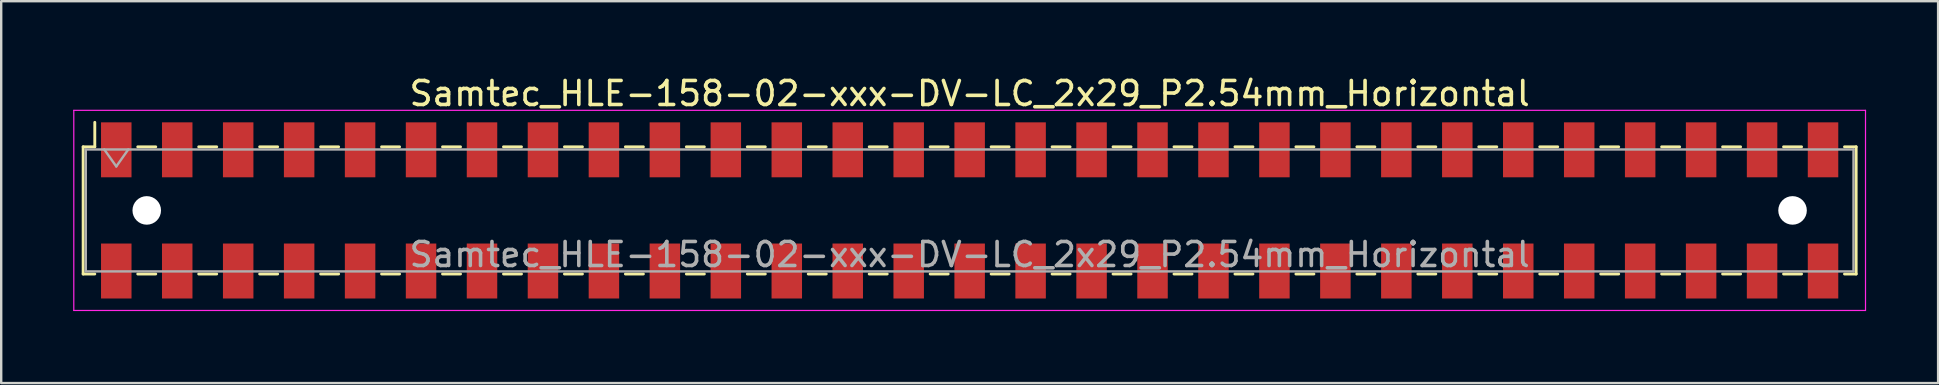
<source format=kicad_pcb>
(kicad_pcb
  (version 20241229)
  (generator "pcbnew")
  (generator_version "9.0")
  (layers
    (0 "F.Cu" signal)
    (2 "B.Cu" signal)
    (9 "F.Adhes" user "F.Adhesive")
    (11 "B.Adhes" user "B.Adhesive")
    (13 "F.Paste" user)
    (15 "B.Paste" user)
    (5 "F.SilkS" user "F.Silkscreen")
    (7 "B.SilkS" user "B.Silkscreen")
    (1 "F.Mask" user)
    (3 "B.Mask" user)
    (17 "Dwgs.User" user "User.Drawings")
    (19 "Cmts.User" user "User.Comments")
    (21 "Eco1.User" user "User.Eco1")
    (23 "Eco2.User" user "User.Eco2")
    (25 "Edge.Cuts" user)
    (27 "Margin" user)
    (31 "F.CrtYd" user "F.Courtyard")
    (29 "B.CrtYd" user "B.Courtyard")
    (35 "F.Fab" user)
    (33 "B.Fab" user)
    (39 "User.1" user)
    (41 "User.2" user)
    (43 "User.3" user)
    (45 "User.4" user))
  (footprint "Samtec_HLE-158-02-xxx-DV-LC_2x29_P2.54mm_Horizontal"
    (layer "F.Cu")
    (at 37.355 5.718)
    (property "Reference" "Samtec_HLE-158-02-xxx-DV-LC_2x29_P2.54mm_Horizontal" (at 0 -4.87 0) (layer "F.SilkS") (effects (font (size 1 1) (thickness 0.15))))
    (attr smd)
    (fp_line (start -36.94 -2.65) (end -36.94 2.65) (stroke (width 0.12) (type solid)) (layer "F.SilkS"))
    (fp_line (start -36.94 2.65) (end -36.455 2.65) (stroke (width 0.12) (type solid)) (layer "F.SilkS"))
    (fp_line (start -36.455 -3.67) (end -36.455 -2.65) (stroke (width 0.12) (type solid)) (layer "F.SilkS"))
    (fp_line (start -36.455 -2.65) (end -36.94 -2.65) (stroke (width 0.12) (type solid)) (layer "F.SilkS"))
    (fp_line (start -34.665 -2.65) (end -33.915 -2.65) (stroke (width 0.12) (type solid)) (layer "F.SilkS"))
    (fp_line (start -34.665 2.65) (end -33.915 2.65) (stroke (width 0.12) (type solid)) (layer "F.SilkS"))
    (fp_line (start -32.125 -2.65) (end -31.375 -2.65) (stroke (width 0.12) (type solid)) (layer "F.SilkS"))
    (fp_line (start -32.125 2.65) (end -31.375 2.65) (stroke (width 0.12) (type solid)) (layer "F.SilkS"))
    (fp_line (start -29.585 -2.65) (end -28.835 -2.65) (stroke (width 0.12) (type solid)) (layer "F.SilkS"))
    (fp_line (start -29.585 2.65) (end -28.835 2.65) (stroke (width 0.12) (type solid)) (layer "F.SilkS"))
    (fp_line (start -27.045 -2.65) (end -26.295 -2.65) (stroke (width 0.12) (type solid)) (layer "F.SilkS"))
    (fp_line (start -27.045 2.65) (end -26.295 2.65) (stroke (width 0.12) (type solid)) (layer "F.SilkS"))
    (fp_line (start -24.505 -2.65) (end -23.755 -2.65) (stroke (width 0.12) (type solid)) (layer "F.SilkS"))
    (fp_line (start -24.505 2.65) (end -23.755 2.65) (stroke (width 0.12) (type solid)) (layer "F.SilkS"))
    (fp_line (start -21.965 -2.65) (end -21.215 -2.65) (stroke (width 0.12) (type solid)) (layer "F.SilkS"))
    (fp_line (start -21.965 2.65) (end -21.215 2.65) (stroke (width 0.12) (type solid)) (layer "F.SilkS"))
    (fp_line (start -19.425 -2.65) (end -18.675 -2.65) (stroke (width 0.12) (type solid)) (layer "F.SilkS"))
    (fp_line (start -19.425 2.65) (end -18.675 2.65) (stroke (width 0.12) (type solid)) (layer "F.SilkS"))
    (fp_line (start -16.885 -2.65) (end -16.135 -2.65) (stroke (width 0.12) (type solid)) (layer "F.SilkS"))
    (fp_line (start -16.885 2.65) (end -16.135 2.65) (stroke (width 0.12) (type solid)) (layer "F.SilkS"))
    (fp_line (start -14.345 -2.65) (end -13.595 -2.65) (stroke (width 0.12) (type solid)) (layer "F.SilkS"))
    (fp_line (start -14.345 2.65) (end -13.595 2.65) (stroke (width 0.12) (type solid)) (layer "F.SilkS"))
    (fp_line (start -11.805 -2.65) (end -11.055 -2.65) (stroke (width 0.12) (type solid)) (layer "F.SilkS"))
    (fp_line (start -11.805 2.65) (end -11.055 2.65) (stroke (width 0.12) (type solid)) (layer "F.SilkS"))
    (fp_line (start -9.265 -2.65) (end -8.515 -2.65) (stroke (width 0.12) (type solid)) (layer "F.SilkS"))
    (fp_line (start -9.265 2.65) (end -8.515 2.65) (stroke (width 0.12) (type solid)) (layer "F.SilkS"))
    (fp_line (start -6.725 -2.65) (end -5.975 -2.65) (stroke (width 0.12) (type solid)) (layer "F.SilkS"))
    (fp_line (start -6.725 2.65) (end -5.975 2.65) (stroke (width 0.12) (type solid)) (layer "F.SilkS"))
    (fp_line (start -4.185 -2.65) (end -3.435 -2.65) (stroke (width 0.12) (type solid)) (layer "F.SilkS"))
    (fp_line (start -4.185 2.65) (end -3.435 2.65) (stroke (width 0.12) (type solid)) (layer "F.SilkS"))
    (fp_line (start -1.645 -2.65) (end -0.895 -2.65) (stroke (width 0.12) (type solid)) (layer "F.SilkS"))
    (fp_line (start -1.645 2.65) (end -0.895 2.65) (stroke (width 0.12) (type solid)) (layer "F.SilkS"))
    (fp_line (start 0.895 -2.65) (end 1.645 -2.65) (stroke (width 0.12) (type solid)) (layer "F.SilkS"))
    (fp_line (start 0.895 2.65) (end 1.645 2.65) (stroke (width 0.12) (type solid)) (layer "F.SilkS"))
    (fp_line (start 3.435 -2.65) (end 4.185 -2.65) (stroke (width 0.12) (type solid)) (layer "F.SilkS"))
    (fp_line (start 3.435 2.65) (end 4.185 2.65) (stroke (width 0.12) (type solid)) (layer "F.SilkS"))
    (fp_line (start 5.975 -2.65) (end 6.725 -2.65) (stroke (width 0.12) (type solid)) (layer "F.SilkS"))
    (fp_line (start 5.975 2.65) (end 6.725 2.65) (stroke (width 0.12) (type solid)) (layer "F.SilkS"))
    (fp_line (start 8.515 -2.65) (end 9.265 -2.65) (stroke (width 0.12) (type solid)) (layer "F.SilkS"))
    (fp_line (start 8.515 2.65) (end 9.265 2.65) (stroke (width 0.12) (type solid)) (layer "F.SilkS"))
    (fp_line (start 11.055 -2.65) (end 11.805 -2.65) (stroke (width 0.12) (type solid)) (layer "F.SilkS"))
    (fp_line (start 11.055 2.65) (end 11.805 2.65) (stroke (width 0.12) (type solid)) (layer "F.SilkS"))
    (fp_line (start 13.595 -2.65) (end 14.345 -2.65) (stroke (width 0.12) (type solid)) (layer "F.SilkS"))
    (fp_line (start 13.595 2.65) (end 14.345 2.65) (stroke (width 0.12) (type solid)) (layer "F.SilkS"))
    (fp_line (start 16.135 -2.65) (end 16.885 -2.65) (stroke (width 0.12) (type solid)) (layer "F.SilkS"))
    (fp_line (start 16.135 2.65) (end 16.885 2.65) (stroke (width 0.12) (type solid)) (layer "F.SilkS"))
    (fp_line (start 18.675 -2.65) (end 19.425 -2.65) (stroke (width 0.12) (type solid)) (layer "F.SilkS"))
    (fp_line (start 18.675 2.65) (end 19.425 2.65) (stroke (width 0.12) (type solid)) (layer "F.SilkS"))
    (fp_line (start 21.215 -2.65) (end 21.965 -2.65) (stroke (width 0.12) (type solid)) (layer "F.SilkS"))
    (fp_line (start 21.215 2.65) (end 21.965 2.65) (stroke (width 0.12) (type solid)) (layer "F.SilkS"))
    (fp_line (start 23.755 -2.65) (end 24.505 -2.65) (stroke (width 0.12) (type solid)) (layer "F.SilkS"))
    (fp_line (start 23.755 2.65) (end 24.505 2.65) (stroke (width 0.12) (type solid)) (layer "F.SilkS"))
    (fp_line (start 26.295 -2.65) (end 27.045 -2.65) (stroke (width 0.12) (type solid)) (layer "F.SilkS"))
    (fp_line (start 26.295 2.65) (end 27.045 2.65) (stroke (width 0.12) (type solid)) (layer "F.SilkS"))
    (fp_line (start 28.835 -2.65) (end 29.585 -2.65) (stroke (width 0.12) (type solid)) (layer "F.SilkS"))
    (fp_line (start 28.835 2.65) (end 29.585 2.65) (stroke (width 0.12) (type solid)) (layer "F.SilkS"))
    (fp_line (start 31.375 -2.65) (end 32.125 -2.65) (stroke (width 0.12) (type solid)) (layer "F.SilkS"))
    (fp_line (start 31.375 2.65) (end 32.125 2.65) (stroke (width 0.12) (type solid)) (layer "F.SilkS"))
    (fp_line (start 33.915 -2.65) (end 34.665 -2.65) (stroke (width 0.12) (type solid)) (layer "F.SilkS"))
    (fp_line (start 33.915 2.65) (end 34.665 2.65) (stroke (width 0.12) (type solid)) (layer "F.SilkS"))
    (fp_line (start 36.455 -2.65) (end 36.94 -2.65) (stroke (width 0.12) (type solid)) (layer "F.SilkS"))
    (fp_line (start 36.94 -2.65) (end 36.94 2.65) (stroke (width 0.12) (type solid)) (layer "F.SilkS"))
    (fp_line (start 36.94 2.65) (end 36.455 2.65) (stroke (width 0.12) (type solid)) (layer "F.SilkS"))
    (fp_line (start -37.33 -4.17) (end 37.33 -4.17) (stroke (width 0.05) (type solid)) (layer "F.CrtYd"))
    (fp_line (start -37.33 4.17) (end -37.33 -4.17) (stroke (width 0.05) (type solid)) (layer "F.CrtYd"))
    (fp_line (start 37.33 -4.17) (end 37.33 4.17) (stroke (width 0.05) (type solid)) (layer "F.CrtYd"))
    (fp_line (start 37.33 4.17) (end -37.33 4.17) (stroke (width 0.05) (type solid)) (layer "F.CrtYd"))
    (fp_line (start -36.83 -2.54) (end 36.83 -2.54) (stroke (width 0.1) (type solid)) (layer "F.Fab"))
    (fp_line (start -36.83 2.54) (end -36.83 -2.54) (stroke (width 0.1) (type solid)) (layer "F.Fab"))
    (fp_line (start -36.06 -2.54) (end -35.56 -1.833) (stroke (width 0.1) (type solid)) (layer "F.Fab"))
    (fp_line (start -35.56 -1.833) (end -35.06 -2.54) (stroke (width 0.1) (type solid)) (layer "F.Fab"))
    (fp_line (start 36.83 -2.54) (end 36.83 2.54) (stroke (width 0.1) (type solid)) (layer "F.Fab"))
    (fp_line (start 36.83 2.54) (end -36.83 2.54) (stroke (width 0.1) (type solid)) (layer "F.Fab"))
    (fp_text user "${REFERENCE}" (at 0 1.84 0) (layer "F.Fab") (effects (font (size 1 1) (thickness 0.15))))
    (pad "" np_thru_hole circle (at -34.29 0) (size 1.19 1.19) (drill 1.19) (layers "*.Cu" "*.Mask"))
    (pad "" np_thru_hole circle (at 34.29 0) (size 1.19 1.19) (drill 1.19) (layers "*.Cu" "*.Mask"))
    (pad "1" smd rect (at -35.56 -2.525) (size 1.27 2.29) (layers "F.Cu" "F.Mask" "F.Paste"))
    (pad "2" smd rect (at -35.56 2.525) (size 1.27 2.29) (layers "F.Cu" "F.Mask" "F.Paste"))
    (pad "3" smd rect (at -33.02 -2.525) (size 1.27 2.29) (layers "F.Cu" "F.Mask" "F.Paste"))
    (pad "4" smd rect (at -33.02 2.525) (size 1.27 2.29) (layers "F.Cu" "F.Mask" "F.Paste"))
    (pad "5" smd rect (at -30.48 -2.525) (size 1.27 2.29) (layers "F.Cu" "F.Mask" "F.Paste"))
    (pad "6" smd rect (at -30.48 2.525) (size 1.27 2.29) (layers "F.Cu" "F.Mask" "F.Paste"))
    (pad "7" smd rect (at -27.94 -2.525) (size 1.27 2.29) (layers "F.Cu" "F.Mask" "F.Paste"))
    (pad "8" smd rect (at -27.94 2.525) (size 1.27 2.29) (layers "F.Cu" "F.Mask" "F.Paste"))
    (pad "9" smd rect (at -25.4 -2.525) (size 1.27 2.29) (layers "F.Cu" "F.Mask" "F.Paste"))
    (pad "10" smd rect (at -25.4 2.525) (size 1.27 2.29) (layers "F.Cu" "F.Mask" "F.Paste"))
    (pad "11" smd rect (at -22.86 -2.525) (size 1.27 2.29) (layers "F.Cu" "F.Mask" "F.Paste"))
    (pad "12" smd rect (at -22.86 2.525) (size 1.27 2.29) (layers "F.Cu" "F.Mask" "F.Paste"))
    (pad "13" smd rect (at -20.32 -2.525) (size 1.27 2.29) (layers "F.Cu" "F.Mask" "F.Paste"))
    (pad "14" smd rect (at -20.32 2.525) (size 1.27 2.29) (layers "F.Cu" "F.Mask" "F.Paste"))
    (pad "15" smd rect (at -17.78 -2.525) (size 1.27 2.29) (layers "F.Cu" "F.Mask" "F.Paste"))
    (pad "16" smd rect (at -17.78 2.525) (size 1.27 2.29) (layers "F.Cu" "F.Mask" "F.Paste"))
    (pad "17" smd rect (at -15.24 -2.525) (size 1.27 2.29) (layers "F.Cu" "F.Mask" "F.Paste"))
    (pad "18" smd rect (at -15.24 2.525) (size 1.27 2.29) (layers "F.Cu" "F.Mask" "F.Paste"))
    (pad "19" smd rect (at -12.7 -2.525) (size 1.27 2.29) (layers "F.Cu" "F.Mask" "F.Paste"))
    (pad "20" smd rect (at -12.7 2.525) (size 1.27 2.29) (layers "F.Cu" "F.Mask" "F.Paste"))
    (pad "21" smd rect (at -10.16 -2.525) (size 1.27 2.29) (layers "F.Cu" "F.Mask" "F.Paste"))
    (pad "22" smd rect (at -10.16 2.525) (size 1.27 2.29) (layers "F.Cu" "F.Mask" "F.Paste"))
    (pad "23" smd rect (at -7.62 -2.525) (size 1.27 2.29) (layers "F.Cu" "F.Mask" "F.Paste"))
    (pad "24" smd rect (at -7.62 2.525) (size 1.27 2.29) (layers "F.Cu" "F.Mask" "F.Paste"))
    (pad "25" smd rect (at -5.08 -2.525) (size 1.27 2.29) (layers "F.Cu" "F.Mask" "F.Paste"))
    (pad "26" smd rect (at -5.08 2.525) (size 1.27 2.29) (layers "F.Cu" "F.Mask" "F.Paste"))
    (pad "27" smd rect (at -2.54 -2.525) (size 1.27 2.29) (layers "F.Cu" "F.Mask" "F.Paste"))
    (pad "28" smd rect (at -2.54 2.525) (size 1.27 2.29) (layers "F.Cu" "F.Mask" "F.Paste"))
    (pad "29" smd rect (at 0 -2.525) (size 1.27 2.29) (layers "F.Cu" "F.Mask" "F.Paste"))
    (pad "30" smd rect (at 0 2.525) (size 1.27 2.29) (layers "F.Cu" "F.Mask" "F.Paste"))
    (pad "31" smd rect (at 2.54 -2.525) (size 1.27 2.29) (layers "F.Cu" "F.Mask" "F.Paste"))
    (pad "32" smd rect (at 2.54 2.525) (size 1.27 2.29) (layers "F.Cu" "F.Mask" "F.Paste"))
    (pad "33" smd rect (at 5.08 -2.525) (size 1.27 2.29) (layers "F.Cu" "F.Mask" "F.Paste"))
    (pad "34" smd rect (at 5.08 2.525) (size 1.27 2.29) (layers "F.Cu" "F.Mask" "F.Paste"))
    (pad "35" smd rect (at 7.62 -2.525) (size 1.27 2.29) (layers "F.Cu" "F.Mask" "F.Paste"))
    (pad "36" smd rect (at 7.62 2.525) (size 1.27 2.29) (layers "F.Cu" "F.Mask" "F.Paste"))
    (pad "37" smd rect (at 10.16 -2.525) (size 1.27 2.29) (layers "F.Cu" "F.Mask" "F.Paste"))
    (pad "38" smd rect (at 10.16 2.525) (size 1.27 2.29) (layers "F.Cu" "F.Mask" "F.Paste"))
    (pad "39" smd rect (at 12.7 -2.525) (size 1.27 2.29) (layers "F.Cu" "F.Mask" "F.Paste"))
    (pad "40" smd rect (at 12.7 2.525) (size 1.27 2.29) (layers "F.Cu" "F.Mask" "F.Paste"))
    (pad "41" smd rect (at 15.24 -2.525) (size 1.27 2.29) (layers "F.Cu" "F.Mask" "F.Paste"))
    (pad "42" smd rect (at 15.24 2.525) (size 1.27 2.29) (layers "F.Cu" "F.Mask" "F.Paste"))
    (pad "43" smd rect (at 17.78 -2.525) (size 1.27 2.29) (layers "F.Cu" "F.Mask" "F.Paste"))
    (pad "44" smd rect (at 17.78 2.525) (size 1.27 2.29) (layers "F.Cu" "F.Mask" "F.Paste"))
    (pad "45" smd rect (at 20.32 -2.525) (size 1.27 2.29) (layers "F.Cu" "F.Mask" "F.Paste"))
    (pad "46" smd rect (at 20.32 2.525) (size 1.27 2.29) (layers "F.Cu" "F.Mask" "F.Paste"))
    (pad "47" smd rect (at 22.86 -2.525) (size 1.27 2.29) (layers "F.Cu" "F.Mask" "F.Paste"))
    (pad "48" smd rect (at 22.86 2.525) (size 1.27 2.29) (layers "F.Cu" "F.Mask" "F.Paste"))
    (pad "49" smd rect (at 25.4 -2.525) (size 1.27 2.29) (layers "F.Cu" "F.Mask" "F.Paste"))
    (pad "50" smd rect (at 25.4 2.525) (size 1.27 2.29) (layers "F.Cu" "F.Mask" "F.Paste"))
    (pad "51" smd rect (at 27.94 -2.525) (size 1.27 2.29) (layers "F.Cu" "F.Mask" "F.Paste"))
    (pad "52" smd rect (at 27.94 2.525) (size 1.27 2.29) (layers "F.Cu" "F.Mask" "F.Paste"))
    (pad "53" smd rect (at 30.48 -2.525) (size 1.27 2.29) (layers "F.Cu" "F.Mask" "F.Paste"))
    (pad "54" smd rect (at 30.48 2.525) (size 1.27 2.29) (layers "F.Cu" "F.Mask" "F.Paste"))
    (pad "55" smd rect (at 33.02 -2.525) (size 1.27 2.29) (layers "F.Cu" "F.Mask" "F.Paste"))
    (pad "56" smd rect (at 33.02 2.525) (size 1.27 2.29) (layers "F.Cu" "F.Mask" "F.Paste"))
    (pad "57" smd rect (at 35.56 -2.525) (size 1.27 2.29) (layers "F.Cu" "F.Mask" "F.Paste"))
    (pad "58" smd rect (at 35.56 2.525) (size 1.27 2.29) (layers "F.Cu" "F.Mask" "F.Paste")))
  (gr_rect
    (start -3 -3)
    (end 77.71 12.913)
    (stroke (width 0.1) (type default))
    (fill no)
    (layer "Edge.Cuts")))
</source>
